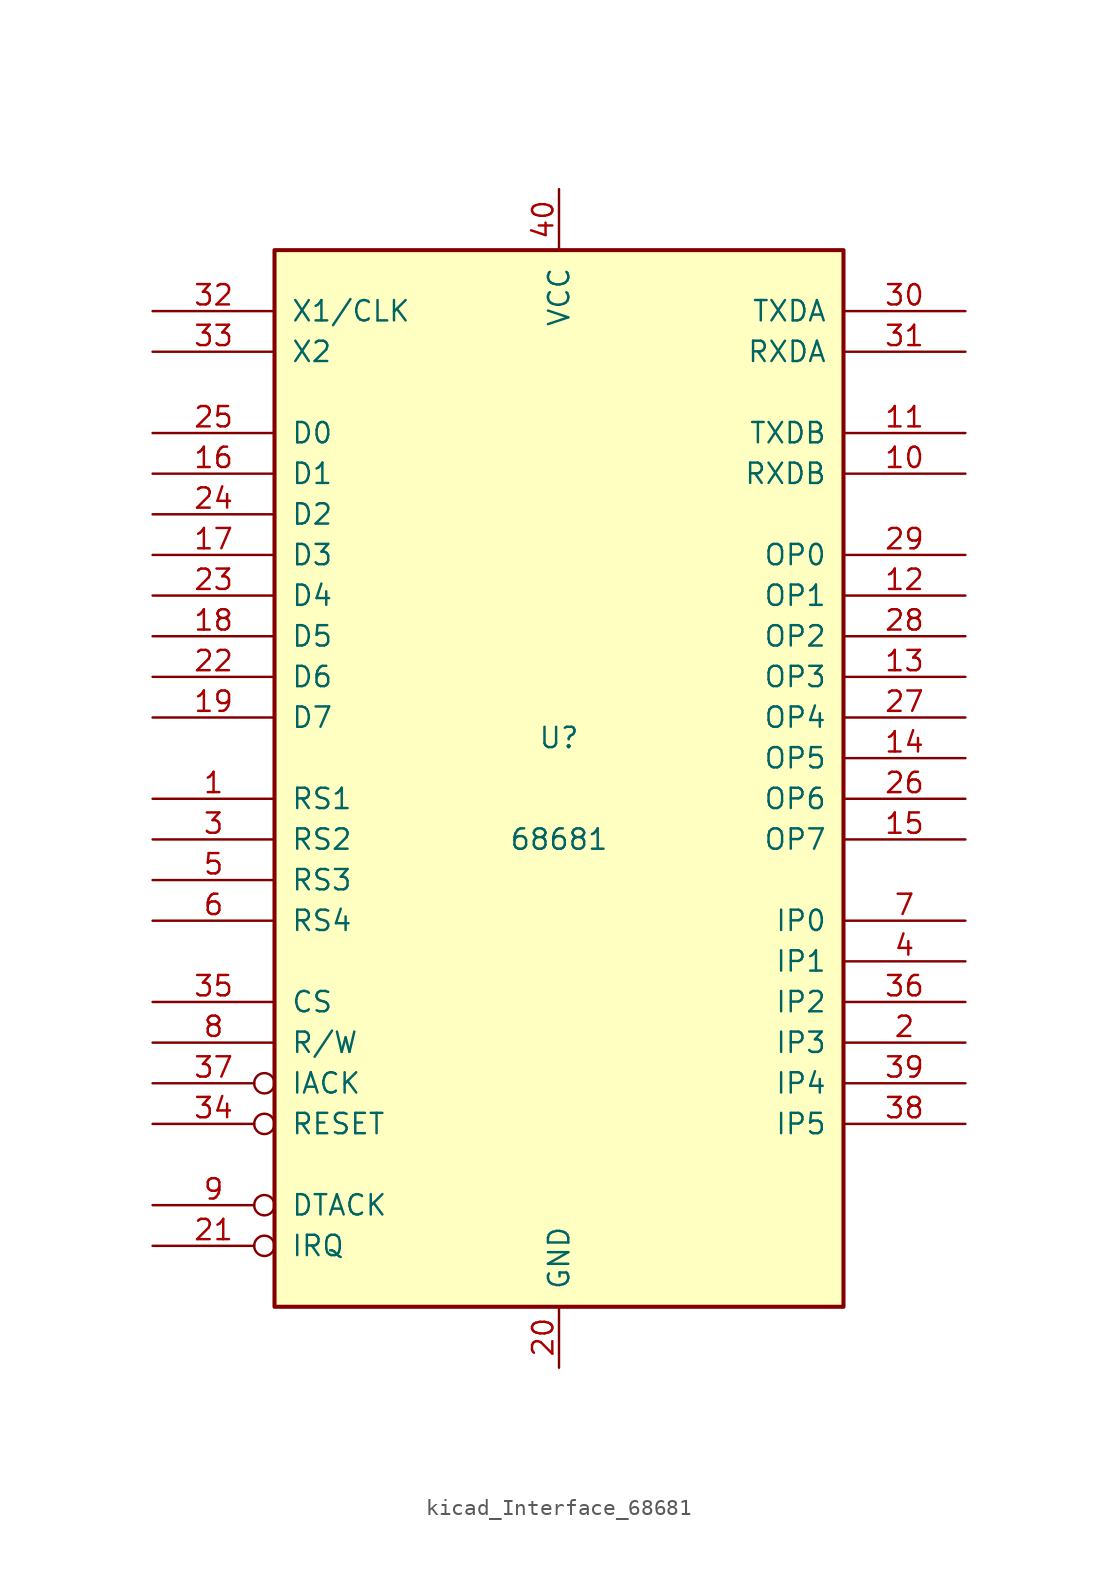
<source format=kicad_sym>
(kicad_symbol_lib
  (version 20220914)
  (generator kicad_symbol_editor)
  (symbol "kicad_Interface_68681"
    (pin_names
      (offset 1.016))
    (property "Reference" "U"
      (at 0 3.81 0)
      (effects (font (size 1.27 1.27))))
    (property "Value" "68681"
      (at 0 -2.54 0)
      (effects (font (size 1.27 1.27))))
    (symbol "kicad_Interface_68681_0_1"
      (rectangle (start -17.78 -31.75) (end 17.78 34.29) (stroke (width 0.254) (type default)) (fill (type background))))
    (symbol "kicad_Interface_68681_1_1"
      (pin input line (at -25.4 0 0) (length 7.62) (name "RS1" (effects (font (size 1.27 1.27)))) (number "1" (effects (font (size 1.27 1.27)))))
      (pin input line (at 25.4 20.32 180) (length 7.62) (name "RXDB" (effects (font (size 1.27 1.27)))) (number "10" (effects (font (size 1.27 1.27)))))
      (pin output line (at 25.4 22.86 180) (length 7.62) (name "TXDB" (effects (font (size 1.27 1.27)))) (number "11" (effects (font (size 1.27 1.27)))))
      (pin output line (at 25.4 12.7 180) (length 7.62) (name "OP1" (effects (font (size 1.27 1.27)))) (number "12" (effects (font (size 1.27 1.27)))))
      (pin output line (at 25.4 7.62 180) (length 7.62) (name "OP3" (effects (font (size 1.27 1.27)))) (number "13" (effects (font (size 1.27 1.27)))))
      (pin output line (at 25.4 2.54 180) (length 7.62) (name "OP5" (effects (font (size 1.27 1.27)))) (number "14" (effects (font (size 1.27 1.27)))))
      (pin output line (at 25.4 -2.54 180) (length 7.62) (name "OP7" (effects (font (size 1.27 1.27)))) (number "15" (effects (font (size 1.27 1.27)))))
      (pin tri_state line (at -25.4 20.32 0) (length 7.62) (name "D1" (effects (font (size 1.27 1.27)))) (number "16" (effects (font (size 1.27 1.27)))))
      (pin tri_state line (at -25.4 15.24 0) (length 7.62) (name "D3" (effects (font (size 1.27 1.27)))) (number "17" (effects (font (size 1.27 1.27)))))
      (pin tri_state line (at -25.4 10.16 0) (length 7.62) (name "D5" (effects (font (size 1.27 1.27)))) (number "18" (effects (font (size 1.27 1.27)))))
      (pin tri_state line (at -25.4 5.08 0) (length 7.62) (name "D7" (effects (font (size 1.27 1.27)))) (number "19" (effects (font (size 1.27 1.27)))))
      (pin input line (at 25.4 -15.24 180) (length 7.62) (name "IP3" (effects (font (size 1.27 1.27)))) (number "2" (effects (font (size 1.27 1.27)))))
      (pin power_in line (at 0 -35.56 90) (length 3.81) (name "GND" (effects (font (size 1.27 1.27)))) (number "20" (effects (font (size 1.27 1.27)))))
      (pin output inverted (at -25.4 -27.94 0) (length 7.62) (name "IRQ" (effects (font (size 1.27 1.27)))) (number "21" (effects (font (size 1.27 1.27)))))
      (pin tri_state line (at -25.4 7.62 0) (length 7.62) (name "D6" (effects (font (size 1.27 1.27)))) (number "22" (effects (font (size 1.27 1.27)))))
      (pin tri_state line (at -25.4 12.7 0) (length 7.62) (name "D4" (effects (font (size 1.27 1.27)))) (number "23" (effects (font (size 1.27 1.27)))))
      (pin tri_state line (at -25.4 17.78 0) (length 7.62) (name "D2" (effects (font (size 1.27 1.27)))) (number "24" (effects (font (size 1.27 1.27)))))
      (pin tri_state line (at -25.4 22.86 0) (length 7.62) (name "D0" (effects (font (size 1.27 1.27)))) (number "25" (effects (font (size 1.27 1.27)))))
      (pin output line (at 25.4 0 180) (length 7.62) (name "OP6" (effects (font (size 1.27 1.27)))) (number "26" (effects (font (size 1.27 1.27)))))
      (pin output line (at 25.4 5.08 180) (length 7.62) (name "OP4" (effects (font (size 1.27 1.27)))) (number "27" (effects (font (size 1.27 1.27)))))
      (pin output line (at 25.4 10.16 180) (length 7.62) (name "OP2" (effects (font (size 1.27 1.27)))) (number "28" (effects (font (size 1.27 1.27)))))
      (pin output line (at 25.4 15.24 180) (length 7.62) (name "OP0" (effects (font (size 1.27 1.27)))) (number "29" (effects (font (size 1.27 1.27)))))
      (pin input line (at -25.4 -2.54 0) (length 7.62) (name "RS2" (effects (font (size 1.27 1.27)))) (number "3" (effects (font (size 1.27 1.27)))))
      (pin output line (at 25.4 30.48 180) (length 7.62) (name "TXDA" (effects (font (size 1.27 1.27)))) (number "30" (effects (font (size 1.27 1.27)))))
      (pin input line (at 25.4 27.94 180) (length 7.62) (name "RXDA" (effects (font (size 1.27 1.27)))) (number "31" (effects (font (size 1.27 1.27)))))
      (pin input line (at -25.4 30.48 0) (length 7.62) (name "X1/CLK" (effects (font (size 1.27 1.27)))) (number "32" (effects (font (size 1.27 1.27)))))
      (pin input line (at -25.4 27.94 0) (length 7.62) (name "X2" (effects (font (size 1.27 1.27)))) (number "33" (effects (font (size 1.27 1.27)))))
      (pin input inverted (at -25.4 -20.32 0) (length 7.62) (name "RESET" (effects (font (size 1.27 1.27)))) (number "34" (effects (font (size 1.27 1.27)))))
      (pin input line (at -25.4 -12.7 0) (length 7.62) (name "CS" (effects (font (size 1.27 1.27)))) (number "35" (effects (font (size 1.27 1.27)))))
      (pin input line (at 25.4 -12.7 180) (length 7.62) (name "IP2" (effects (font (size 1.27 1.27)))) (number "36" (effects (font (size 1.27 1.27)))))
      (pin input inverted (at -25.4 -17.78 0) (length 7.62) (name "IACK" (effects (font (size 1.27 1.27)))) (number "37" (effects (font (size 1.27 1.27)))))
      (pin input line (at 25.4 -20.32 180) (length 7.62) (name "IP5" (effects (font (size 1.27 1.27)))) (number "38" (effects (font (size 1.27 1.27)))))
      (pin input line (at 25.4 -17.78 180) (length 7.62) (name "IP4" (effects (font (size 1.27 1.27)))) (number "39" (effects (font (size 1.27 1.27)))))
      (pin input line (at 25.4 -10.16 180) (length 7.62) (name "IP1" (effects (font (size 1.27 1.27)))) (number "4" (effects (font (size 1.27 1.27)))))
      (pin power_in line (at 0 38.1 270) (length 3.81) (name "VCC" (effects (font (size 1.27 1.27)))) (number "40" (effects (font (size 1.27 1.27)))))
      (pin input line (at -25.4 -5.08 0) (length 7.62) (name "RS3" (effects (font (size 1.27 1.27)))) (number "5" (effects (font (size 1.27 1.27)))))
      (pin input line (at -25.4 -7.62 0) (length 7.62) (name "RS4" (effects (font (size 1.27 1.27)))) (number "6" (effects (font (size 1.27 1.27)))))
      (pin input line (at 25.4 -7.62 180) (length 7.62) (name "IP0" (effects (font (size 1.27 1.27)))) (number "7" (effects (font (size 1.27 1.27)))))
      (pin input line (at -25.4 -15.24 0) (length 7.62) (name "R/W" (effects (font (size 1.27 1.27)))) (number "8" (effects (font (size 1.27 1.27)))))
      (pin open_collector inverted (at -25.4 -25.4 0) (length 7.62) (name "DTACK" (effects (font (size 1.27 1.27)))) (number "9" (effects (font (size 1.27 1.27))))))))
</source>
